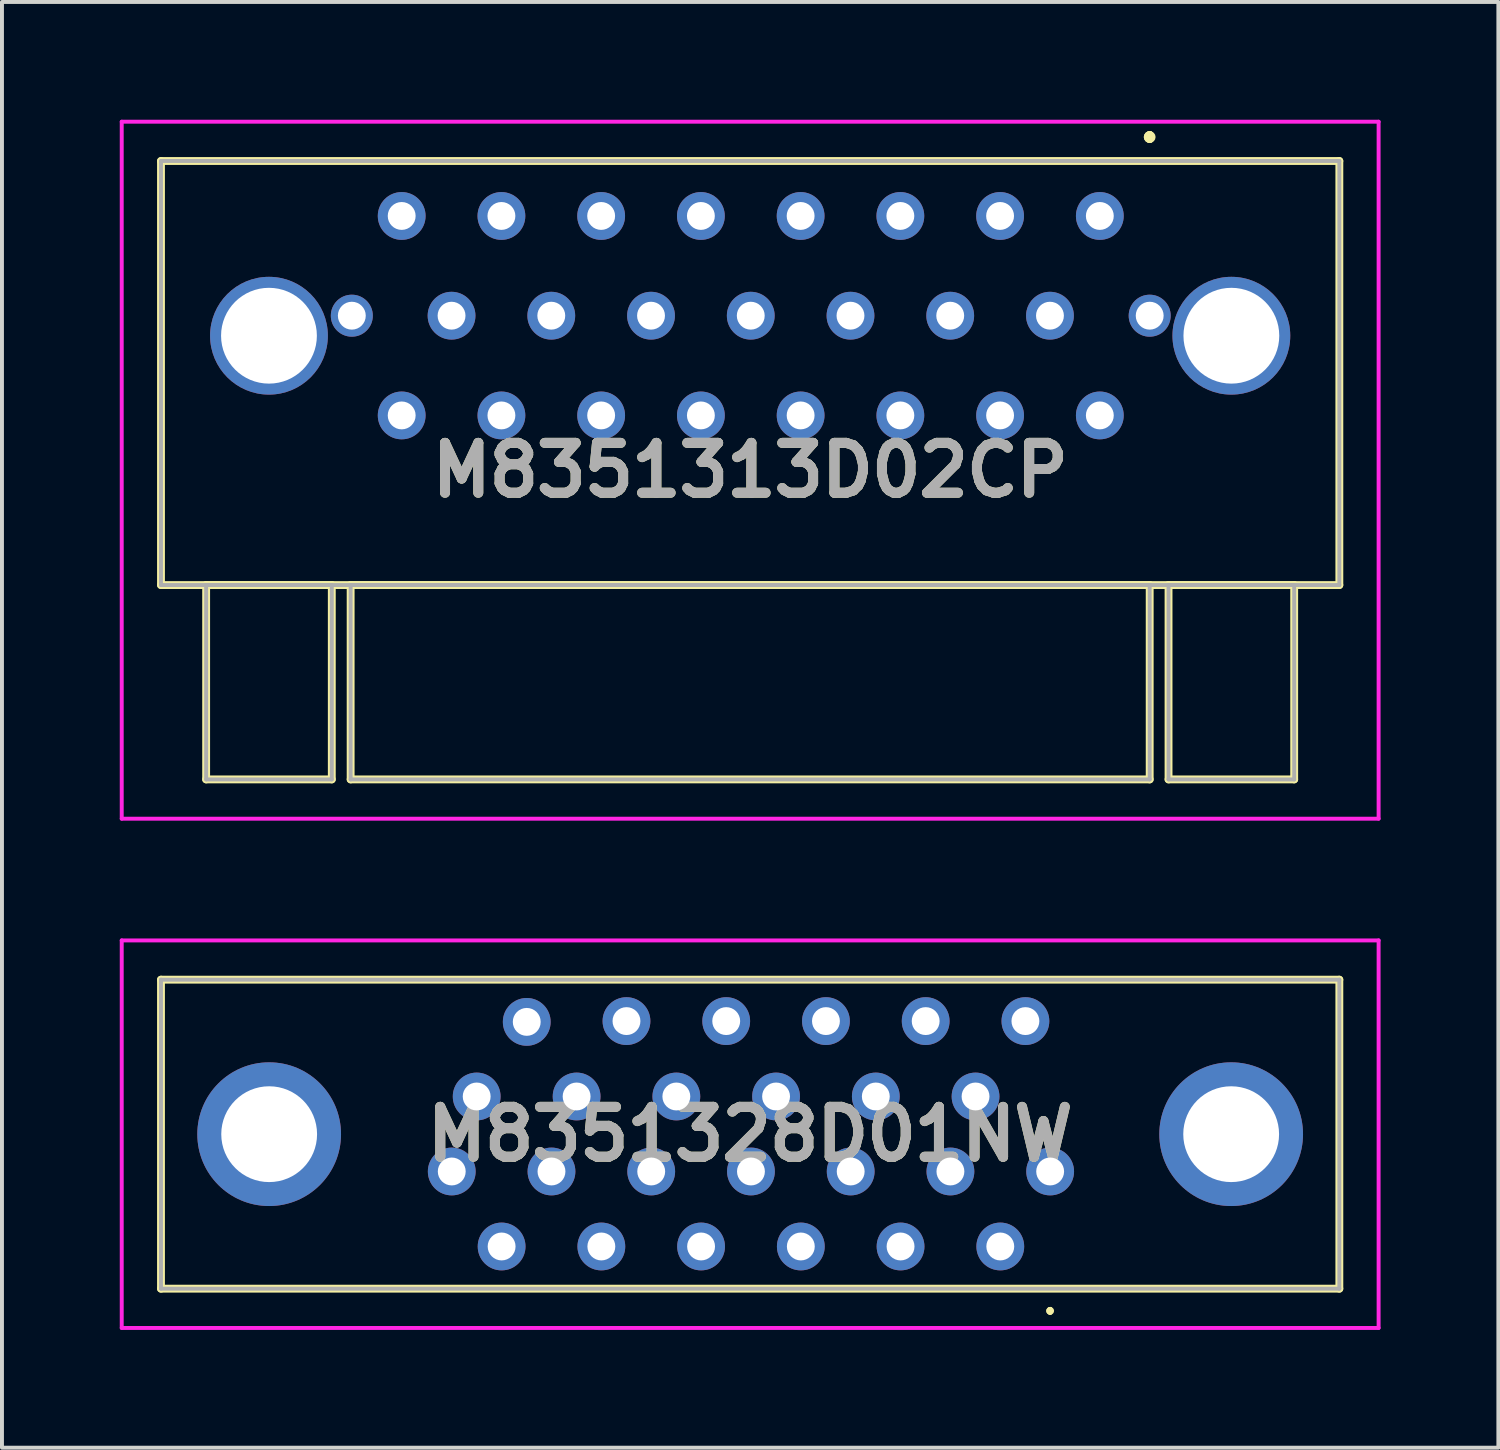
<source format=kicad_pcb>
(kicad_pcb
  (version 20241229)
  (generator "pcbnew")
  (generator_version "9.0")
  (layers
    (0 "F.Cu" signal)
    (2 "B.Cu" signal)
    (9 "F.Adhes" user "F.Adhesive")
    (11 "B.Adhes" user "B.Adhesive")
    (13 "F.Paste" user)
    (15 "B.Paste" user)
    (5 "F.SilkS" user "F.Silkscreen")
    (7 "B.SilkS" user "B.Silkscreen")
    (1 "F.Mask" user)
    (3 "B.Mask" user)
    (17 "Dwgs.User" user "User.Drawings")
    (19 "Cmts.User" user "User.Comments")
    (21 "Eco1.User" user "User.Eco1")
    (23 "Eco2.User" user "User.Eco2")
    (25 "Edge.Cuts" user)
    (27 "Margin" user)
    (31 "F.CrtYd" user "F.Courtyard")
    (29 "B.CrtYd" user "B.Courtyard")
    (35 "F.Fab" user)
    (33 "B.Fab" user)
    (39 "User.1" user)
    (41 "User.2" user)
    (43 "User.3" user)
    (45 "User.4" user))
  (footprint "M8351328D01NW"
    (layer "F.Cu")
    (at 23.695 26.785)
    (property "Reference" "M8351328D01NW" (at -7.64 -0.95 0) (layer "F.SilkS") (effects (font (size 1.27 1.27) (thickness 0.254))))
    (attr through_hole)
    (fp_line (start -22.645 -4.885) (end 7.365 -4.885) (stroke (width 0.2) (type solid)) (layer "F.SilkS"))
    (fp_line (start -22.645 2.985) (end -22.645 -4.885) (stroke (width 0.2) (type solid)) (layer "F.SilkS"))
    (fp_line (start 0 3.5) (end 0 3.5) (stroke (width 0.1) (type solid)) (layer "F.SilkS"))
    (fp_line (start 0 3.5) (end 0 3.5) (stroke (width 0.1) (type solid)) (layer "F.SilkS"))
    (fp_line (start 0 3.6) (end 0 3.6) (stroke (width 0.1) (type solid)) (layer "F.SilkS"))
    (fp_line (start 7.365 -4.885) (end 7.365 2.985) (stroke (width 0.2) (type solid)) (layer "F.SilkS"))
    (fp_line (start 7.365 2.985) (end -22.645 2.985) (stroke (width 0.2) (type solid)) (layer "F.SilkS"))
    (fp_arc (start 0 3.5) (mid 0.05 3.55) (end 0 3.6) (stroke (width 0.1) (type solid)) (layer "F.SilkS"))
    (fp_arc (start 0 3.6) (mid -0.05 3.55) (end 0 3.5) (stroke (width 0.1) (type solid)) (layer "F.SilkS"))
    (fp_arc (start 0 3.6) (mid -0.05 3.55) (end 0 3.5) (stroke (width 0.1) (type solid)) (layer "F.SilkS"))
    (fp_line (start -23.645 -5.885) (end 8.365 -5.885) (stroke (width 0.1) (type solid)) (layer "F.CrtYd"))
    (fp_line (start -23.645 3.985) (end -23.645 -5.885) (stroke (width 0.1) (type solid)) (layer "F.CrtYd"))
    (fp_line (start 8.365 -5.885) (end 8.365 3.985) (stroke (width 0.1) (type solid)) (layer "F.CrtYd"))
    (fp_line (start 8.365 3.985) (end -23.645 3.985) (stroke (width 0.1) (type solid)) (layer "F.CrtYd"))
    (fp_line (start -22.645 -4.885) (end -22.645 2.985) (stroke (width 0.1) (type solid)) (layer "F.Fab"))
    (fp_line (start -22.645 2.985) (end 7.365 2.985) (stroke (width 0.1) (type solid)) (layer "F.Fab"))
    (fp_line (start 7.365 -4.885) (end -22.645 -4.885) (stroke (width 0.1) (type solid)) (layer "F.Fab"))
    (fp_line (start 7.365 2.985) (end 7.365 -4.885) (stroke (width 0.1) (type solid)) (layer "F.Fab"))
    (fp_text user "${REFERENCE}" (at -7.64 -0.95 0) (layer "F.Fab") (effects (font (size 1.27 1.27) (thickness 0.254))))
    (pad "1" thru_hole circle (at 0 0) (size 1.217 1.217) (drill 0.71) (layers "*.Cu" "*.Mask"))
    (pad "2" thru_hole circle (at -1.27 1.91) (size 1.217 1.217) (drill 0.71) (layers "*.Cu" "*.Mask"))
    (pad "3" thru_hole circle (at -2.54 0) (size 1.217 1.217) (drill 0.71) (layers "*.Cu" "*.Mask"))
    (pad "4" thru_hole circle (at -3.81 1.91) (size 1.217 1.217) (drill 0.71) (layers "*.Cu" "*.Mask"))
    (pad "5" thru_hole circle (at -5.08 0) (size 1.217 1.217) (drill 0.71) (layers "*.Cu" "*.Mask"))
    (pad "6" thru_hole circle (at -6.35 1.91) (size 1.217 1.217) (drill 0.71) (layers "*.Cu" "*.Mask"))
    (pad "7" thru_hole circle (at -7.62 0) (size 1.217 1.217) (drill 0.71) (layers "*.Cu" "*.Mask"))
    (pad "8" thru_hole circle (at -8.89 1.91) (size 1.217 1.217) (drill 0.71) (layers "*.Cu" "*.Mask"))
    (pad "9" thru_hole circle (at -10.16 0) (size 1.217 1.217) (drill 0.71) (layers "*.Cu" "*.Mask"))
    (pad "10" thru_hole circle (at -11.43 1.91) (size 1.217 1.217) (drill 0.71) (layers "*.Cu" "*.Mask"))
    (pad "11" thru_hole circle (at -12.7 0) (size 1.217 1.217) (drill 0.71) (layers "*.Cu" "*.Mask"))
    (pad "12" thru_hole circle (at -13.97 1.91) (size 1.217 1.217) (drill 0.71) (layers "*.Cu" "*.Mask"))
    (pad "13" thru_hole circle (at -15.24 0) (size 1.217 1.217) (drill 0.71) (layers "*.Cu" "*.Mask"))
    (pad "14" thru_hole circle (at -0.63 -3.83) (size 1.217 1.217) (drill 0.71) (layers "*.Cu" "*.Mask"))
    (pad "15" thru_hole circle (at -1.9 -1.91) (size 1.217 1.217) (drill 0.71) (layers "*.Cu" "*.Mask"))
    (pad "16" thru_hole circle (at -3.17 -3.83) (size 1.217 1.217) (drill 0.71) (layers "*.Cu" "*.Mask"))
    (pad "17" thru_hole circle (at -4.44 -1.91) (size 1.217 1.217) (drill 0.71) (layers "*.Cu" "*.Mask"))
    (pad "18" thru_hole circle (at -5.71 -3.83) (size 1.217 1.217) (drill 0.71) (layers "*.Cu" "*.Mask"))
    (pad "19" thru_hole circle (at -6.98 -1.91) (size 1.217 1.217) (drill 0.71) (layers "*.Cu" "*.Mask"))
    (pad "20" thru_hole circle (at -8.25 -3.83) (size 1.217 1.217) (drill 0.71) (layers "*.Cu" "*.Mask"))
    (pad "21" thru_hole circle (at -9.52 -1.91) (size 1.217 1.217) (drill 0.71) (layers "*.Cu" "*.Mask"))
    (pad "22" thru_hole circle (at -10.79 -3.83) (size 1.217 1.217) (drill 0.71) (layers "*.Cu" "*.Mask"))
    (pad "23" thru_hole circle (at -12.06 -1.91) (size 1.217 1.217) (drill 0.71) (layers "*.Cu" "*.Mask"))
    (pad "24" thru_hole circle (at -13.33 -3.81) (size 1.217 1.217) (drill 0.71) (layers "*.Cu" "*.Mask"))
    (pad "25" thru_hole circle (at -14.605 -1.91) (size 1.217 1.217) (drill 0.71) (layers "*.Cu" "*.Mask"))
    (pad "MH1" thru_hole circle (at -19.89 -0.95) (size 3.66 3.66) (drill 2.44) (layers "*.Cu" "*.Mask"))
    (pad "MH2" thru_hole circle (at 4.61 -0.95) (size 3.66 3.66) (drill 2.44) (layers "*.Cu" "*.Mask")))
  (footprint "M8351313D02CP"
    (layer "F.Cu")
    (at 26.23 4.99)
    (property "Reference" "M8351313D02CP" (at -10.175 3.935 0) (layer "F.SilkS") (effects (font (size 1.27 1.27) (thickness 0.254))))
    (attr through_hole)
    (fp_line (start -25.18 -3.94) (end 4.83 -3.94) (stroke (width 0.2) (type solid)) (layer "F.SilkS"))
    (fp_line (start -25.18 6.86) (end -25.18 -3.94) (stroke (width 0.2) (type solid)) (layer "F.SilkS"))
    (fp_line (start -24.03 6.86) (end -20.83 6.86) (stroke (width 0.2) (type solid)) (layer "F.SilkS"))
    (fp_line (start -24.03 11.81) (end -24.03 6.86) (stroke (width 0.2) (type solid)) (layer "F.SilkS"))
    (fp_line (start -20.83 6.86) (end -20.83 11.81) (stroke (width 0.2) (type solid)) (layer "F.SilkS"))
    (fp_line (start -20.83 11.81) (end -24.03 11.81) (stroke (width 0.2) (type solid)) (layer "F.SilkS"))
    (fp_line (start -20.35 6.86) (end 0 6.86) (stroke (width 0.2) (type solid)) (layer "F.SilkS"))
    (fp_line (start -20.35 11.81) (end -20.35 6.86) (stroke (width 0.2) (type solid)) (layer "F.SilkS"))
    (fp_line (start 0 -4.6) (end 0 -4.6) (stroke (width 0.2) (type solid)) (layer "F.SilkS"))
    (fp_line (start 0 -4.6) (end 0 -4.6) (stroke (width 0.2) (type solid)) (layer "F.SilkS"))
    (fp_line (start 0 -4.5) (end 0 -4.5) (stroke (width 0.2) (type solid)) (layer "F.SilkS"))
    (fp_line (start 0 6.86) (end 0 11.81) (stroke (width 0.2) (type solid)) (layer "F.SilkS"))
    (fp_line (start 0 11.81) (end -20.35 11.81) (stroke (width 0.2) (type solid)) (layer "F.SilkS"))
    (fp_line (start 0.48 6.86) (end 3.68 6.86) (stroke (width 0.2) (type solid)) (layer "F.SilkS"))
    (fp_line (start 0.48 11.81) (end 0.48 6.86) (stroke (width 0.2) (type solid)) (layer "F.SilkS"))
    (fp_line (start 3.68 6.86) (end 3.68 11.81) (stroke (width 0.2) (type solid)) (layer "F.SilkS"))
    (fp_line (start 3.68 11.81) (end 0.48 11.81) (stroke (width 0.2) (type solid)) (layer "F.SilkS"))
    (fp_line (start 4.83 -3.94) (end 4.83 6.86) (stroke (width 0.2) (type solid)) (layer "F.SilkS"))
    (fp_line (start 4.83 6.86) (end -25.18 6.86) (stroke (width 0.2) (type solid)) (layer "F.SilkS"))
    (fp_arc (start 0 -4.6) (mid 0.05 -4.55) (end 0 -4.5) (stroke (width 0.2) (type solid)) (layer "F.SilkS"))
    (fp_arc (start 0 -4.5) (mid -0.05 -4.55) (end 0 -4.6) (stroke (width 0.2) (type solid)) (layer "F.SilkS"))
    (fp_arc (start 0 -4.5) (mid -0.05 -4.55) (end 0 -4.6) (stroke (width 0.2) (type solid)) (layer "F.SilkS"))
    (fp_line (start -26.18 -4.94) (end 5.83 -4.94) (stroke (width 0.1) (type solid)) (layer "F.CrtYd"))
    (fp_line (start -26.18 12.81) (end -26.18 -4.94) (stroke (width 0.1) (type solid)) (layer "F.CrtYd"))
    (fp_line (start 5.83 -4.94) (end 5.83 12.81) (stroke (width 0.1) (type solid)) (layer "F.CrtYd"))
    (fp_line (start 5.83 12.81) (end -26.18 12.81) (stroke (width 0.1) (type solid)) (layer "F.CrtYd"))
    (fp_line (start -25.18 -3.94) (end -25.18 6.86) (stroke (width 0.1) (type solid)) (layer "F.Fab"))
    (fp_line (start -25.18 6.86) (end 4.83 6.86) (stroke (width 0.1) (type solid)) (layer "F.Fab"))
    (fp_line (start -24.03 6.86) (end -20.83 6.86) (stroke (width 0.1) (type solid)) (layer "F.Fab"))
    (fp_line (start -24.03 11.81) (end -24.03 6.86) (stroke (width 0.1) (type solid)) (layer "F.Fab"))
    (fp_line (start -20.83 6.86) (end -20.83 11.81) (stroke (width 0.1) (type solid)) (layer "F.Fab"))
    (fp_line (start -20.83 11.81) (end -24.03 11.81) (stroke (width 0.1) (type solid)) (layer "F.Fab"))
    (fp_line (start -20.35 6.86) (end 0 6.86) (stroke (width 0.1) (type solid)) (layer "F.Fab"))
    (fp_line (start -20.35 11.81) (end -20.35 6.86) (stroke (width 0.1) (type solid)) (layer "F.Fab"))
    (fp_line (start 0 6.86) (end 0 11.81) (stroke (width 0.1) (type solid)) (layer "F.Fab"))
    (fp_line (start 0 11.81) (end -20.35 11.81) (stroke (width 0.1) (type solid)) (layer "F.Fab"))
    (fp_line (start 0.48 6.86) (end 3.68 6.86) (stroke (width 0.1) (type solid)) (layer "F.Fab"))
    (fp_line (start 0.48 11.81) (end 0.48 6.86) (stroke (width 0.1) (type solid)) (layer "F.Fab"))
    (fp_line (start 3.68 6.86) (end 3.68 11.81) (stroke (width 0.1) (type solid)) (layer "F.Fab"))
    (fp_line (start 3.68 11.81) (end 0.48 11.81) (stroke (width 0.1) (type solid)) (layer "F.Fab"))
    (fp_line (start 4.83 -3.94) (end -25.18 -3.94) (stroke (width 0.1) (type solid)) (layer "F.Fab"))
    (fp_line (start 4.83 6.86) (end 4.83 -3.94) (stroke (width 0.1) (type solid)) (layer "F.Fab"))
    (fp_text user "${REFERENCE}" (at -10.175 3.935 0) (layer "F.Fab") (effects (font (size 1.27 1.27) (thickness 0.254))))
    (pad "1" thru_hole circle (at 0 0) (size 1.07 1.07) (drill 0.71) (layers "*.Cu" "*.Mask"))
    (pad "2" thru_hole circle (at -1.27 -2.54) (size 1.217 1.217) (drill 0.71) (layers "*.Cu" "*.Mask"))
    (pad "3" thru_hole circle (at -3.81 -2.54) (size 1.217 1.217) (drill 0.71) (layers "*.Cu" "*.Mask"))
    (pad "4" thru_hole circle (at -6.35 -2.54) (size 1.217 1.217) (drill 0.71) (layers "*.Cu" "*.Mask"))
    (pad "5" thru_hole circle (at -7.62 0) (size 1.217 1.217) (drill 0.71) (layers "*.Cu" "*.Mask"))
    (pad "6" thru_hole circle (at -8.89 -2.54) (size 1.217 1.217) (drill 0.71) (layers "*.Cu" "*.Mask"))
    (pad "7" thru_hole circle (at -10.16 0) (size 1.217 1.217) (drill 0.71) (layers "*.Cu" "*.Mask"))
    (pad "8" thru_hole circle (at -11.43 -2.54) (size 1.217 1.217) (drill 0.71) (layers "*.Cu" "*.Mask"))
    (pad "9" thru_hole circle (at -12.7 0) (size 1.217 1.217) (drill 0.71) (layers "*.Cu" "*.Mask"))
    (pad "10" thru_hole circle (at -13.97 -2.54) (size 1.217 1.217) (drill 0.71) (layers "*.Cu" "*.Mask"))
    (pad "11" thru_hole circle (at -16.51 -2.54) (size 1.217 1.217) (drill 0.71) (layers "*.Cu" "*.Mask"))
    (pad "12" thru_hole circle (at -19.05 -2.54) (size 1.217 1.217) (drill 0.71) (layers "*.Cu" "*.Mask"))
    (pad "13" thru_hole circle (at -20.32 0) (size 1.07 1.07) (drill 0.71) (layers "*.Cu" "*.Mask"))
    (pad "14" thru_hole circle (at -1.27 2.54) (size 1.217 1.217) (drill 0.71) (layers "*.Cu" "*.Mask"))
    (pad "15" thru_hole circle (at -2.54 0) (size 1.217 1.217) (drill 0.71) (layers "*.Cu" "*.Mask"))
    (pad "16" thru_hole circle (at -3.81 2.54) (size 1.217 1.217) (drill 0.71) (layers "*.Cu" "*.Mask"))
    (pad "17" thru_hole circle (at -5.08 0) (size 1.217 1.217) (drill 0.71) (layers "*.Cu" "*.Mask"))
    (pad "18" thru_hole circle (at -6.35 2.54) (size 1.217 1.217) (drill 0.71) (layers "*.Cu" "*.Mask"))
    (pad "19" thru_hole circle (at -8.89 2.54) (size 1.217 1.217) (drill 0.71) (layers "*.Cu" "*.Mask"))
    (pad "20" thru_hole circle (at -11.43 2.54) (size 1.217 1.217) (drill 0.71) (layers "*.Cu" "*.Mask"))
    (pad "21" thru_hole circle (at -13.97 2.54) (size 1.217 1.217) (drill 0.71) (layers "*.Cu" "*.Mask"))
    (pad "22" thru_hole circle (at -15.24 0) (size 1.217 1.217) (drill 0.71) (layers "*.Cu" "*.Mask"))
    (pad "23" thru_hole circle (at -16.51 2.54) (size 1.217 1.217) (drill 0.71) (layers "*.Cu" "*.Mask"))
    (pad "24" thru_hole circle (at -17.78 0) (size 1.217 1.217) (drill 0.71) (layers "*.Cu" "*.Mask"))
    (pad "25" thru_hole circle (at -19.05 2.54) (size 1.217 1.217) (drill 0.71) (layers "*.Cu" "*.Mask"))
    (pad "MH1" thru_hole circle (at 2.08 0.51) (size 3 3) (drill 2.44) (layers "*.Cu" "*.Mask"))
    (pad "MH2" thru_hole circle (at -22.43 0.51) (size 3 3) (drill 2.44) (layers "*.Cu" "*.Mask")))
  (gr_rect
    (start -3 -3)
    (end 35.11 33.82)
    (stroke (width 0.1) (type default))
    (fill no)
    (layer "Edge.Cuts")))
</source>
